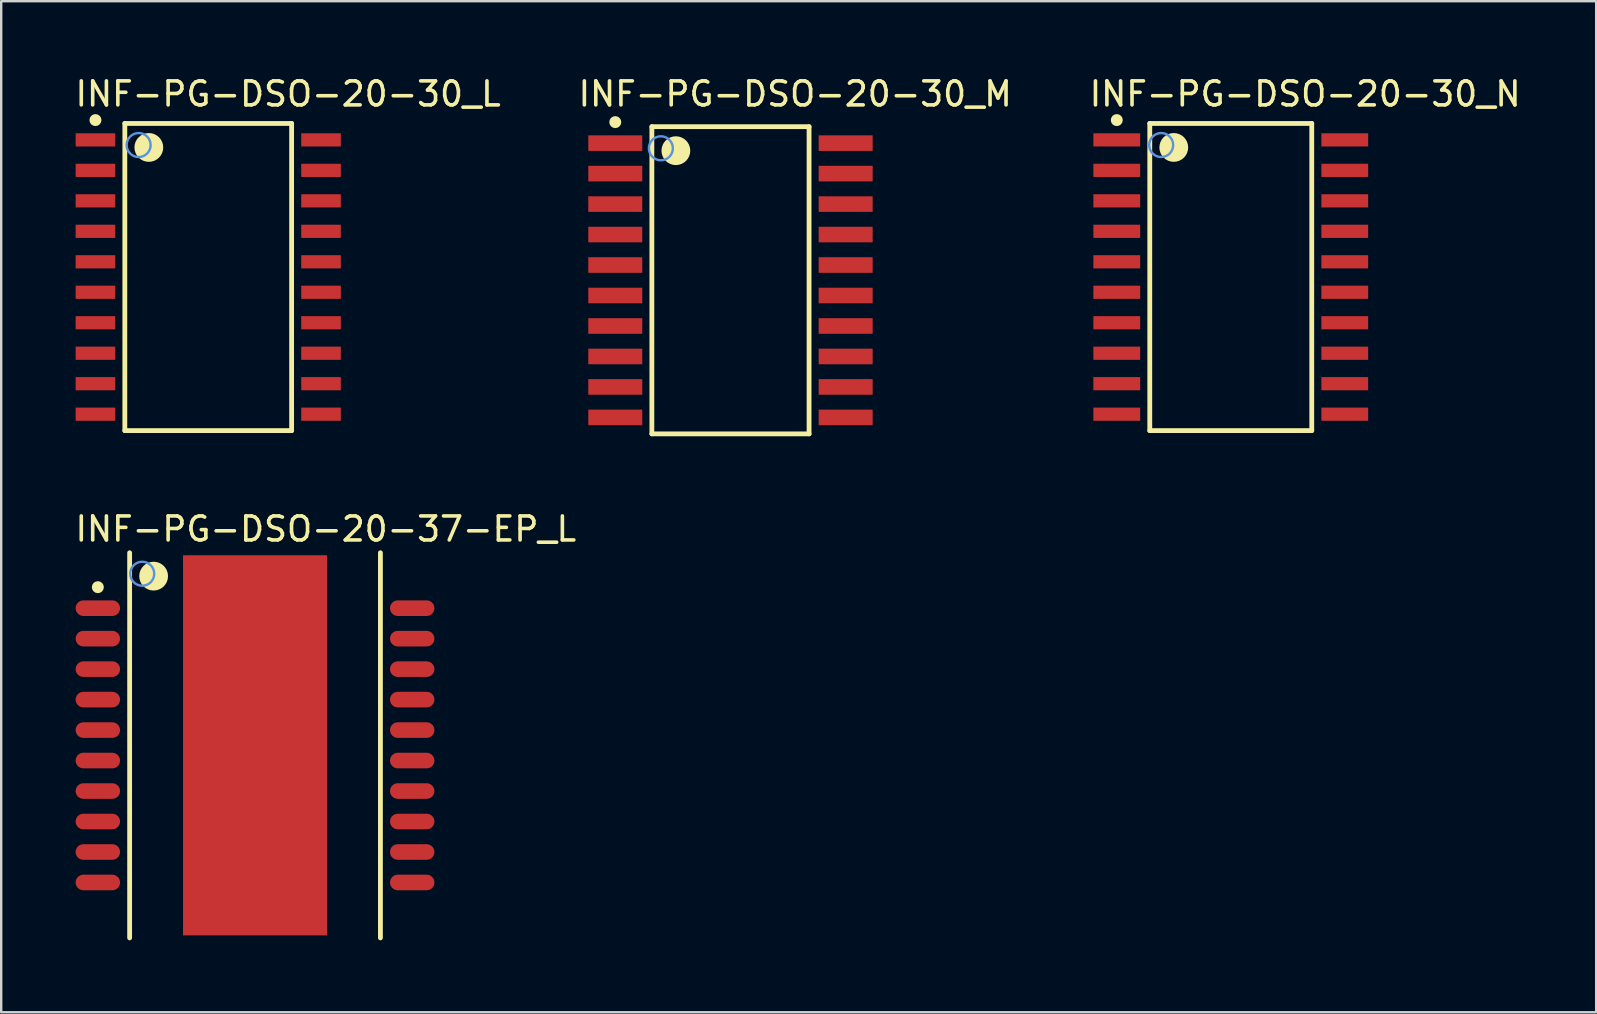
<source format=kicad_pcb>
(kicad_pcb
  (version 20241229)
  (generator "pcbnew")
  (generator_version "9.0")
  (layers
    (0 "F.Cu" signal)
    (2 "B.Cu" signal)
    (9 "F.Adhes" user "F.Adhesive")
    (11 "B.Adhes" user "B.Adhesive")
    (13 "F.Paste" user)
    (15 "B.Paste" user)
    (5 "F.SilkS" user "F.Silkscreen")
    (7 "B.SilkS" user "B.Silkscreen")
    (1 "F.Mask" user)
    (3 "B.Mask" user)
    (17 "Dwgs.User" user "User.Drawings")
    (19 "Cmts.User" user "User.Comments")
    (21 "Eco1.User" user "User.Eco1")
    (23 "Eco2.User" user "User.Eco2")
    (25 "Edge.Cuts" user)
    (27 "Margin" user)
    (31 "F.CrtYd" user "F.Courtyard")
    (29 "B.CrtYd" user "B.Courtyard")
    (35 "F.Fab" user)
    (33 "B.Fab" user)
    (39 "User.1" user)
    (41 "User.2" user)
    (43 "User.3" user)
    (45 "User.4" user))
  (footprint "INF-PG-DSO-20-37-EP_L"
    (layer "F.Cu")
    (at 7.577 28.008)
    (property "Reference" "INF-PG-DSO-20-37-EP_L" (at -7.577 -8.429 0) (layer "F.SilkS") (effects (font (size 1 1) (thickness 0.15)) (justify left bottom)))
    (attr through_hole)
    (fp_line (start -5.225 8.025) (end -5.225 -8.025) (stroke (width 0.2) (type solid)) (layer "F.SilkS"))
    (fp_line (start 5.225 8.025) (end 5.225 -8.025) (stroke (width 0.2) (type solid)) (layer "F.SilkS"))
    (fp_circle (center -6.55 -6.59) (end -6.425 -6.59) (stroke (width 0.25) (type solid)) (fill no) (layer "F.SilkS"))
    (fp_circle (center -4.225 -7.05) (end -3.925 -7.05) (stroke (width 0.6) (type solid)) (fill no) (layer "F.SilkS"))
    (fp_circle (center -4.7 -7.15) (end -4.2 -7.15) (stroke (width 0.1) (type solid)) (fill no) (layer "Cmts.User"))
    (pad "1" smd oval (at -6.55 -5.715 90) (size 0.65 1.85) (layers "F.Cu" "F.Mask" "F.Paste"))
    (pad "2" smd oval (at -6.55 -4.445 90) (size 0.65 1.85) (layers "F.Cu" "F.Mask" "F.Paste"))
    (pad "3" smd oval (at -6.55 -3.175 90) (size 0.65 1.85) (layers "F.Cu" "F.Mask" "F.Paste"))
    (pad "4" smd oval (at -6.55 -1.905 90) (size 0.65 1.85) (layers "F.Cu" "F.Mask" "F.Paste"))
    (pad "5" smd oval (at -6.55 -0.635 90) (size 0.65 1.85) (layers "F.Cu" "F.Mask" "F.Paste"))
    (pad "6" smd oval (at -6.55 0.635 90) (size 0.65 1.85) (layers "F.Cu" "F.Mask" "F.Paste"))
    (pad "7" smd oval (at -6.55 1.905 90) (size 0.65 1.85) (layers "F.Cu" "F.Mask" "F.Paste"))
    (pad "8" smd oval (at -6.55 3.175 90) (size 0.65 1.85) (layers "F.Cu" "F.Mask" "F.Paste"))
    (pad "9" smd oval (at -6.55 4.445 90) (size 0.65 1.85) (layers "F.Cu" "F.Mask" "F.Paste"))
    (pad "10" smd oval (at -6.55 5.715 90) (size 0.65 1.85) (layers "F.Cu" "F.Mask" "F.Paste"))
    (pad "11" smd oval (at 6.55 5.715 90) (size 0.65 1.85) (layers "F.Cu" "F.Mask" "F.Paste"))
    (pad "12" smd oval (at 6.55 4.445 90) (size 0.65 1.85) (layers "F.Cu" "F.Mask" "F.Paste"))
    (pad "13" smd oval (at 6.55 3.175 90) (size 0.65 1.85) (layers "F.Cu" "F.Mask" "F.Paste"))
    (pad "14" smd oval (at 6.55 1.905 90) (size 0.65 1.85) (layers "F.Cu" "F.Mask" "F.Paste"))
    (pad "15" smd oval (at 6.55 0.635 90) (size 0.65 1.85) (layers "F.Cu" "F.Mask" "F.Paste"))
    (pad "16" smd oval (at 6.55 -0.635 90) (size 0.65 1.85) (layers "F.Cu" "F.Mask" "F.Paste"))
    (pad "17" smd oval (at 6.55 -1.905 90) (size 0.65 1.85) (layers "F.Cu" "F.Mask" "F.Paste"))
    (pad "18" smd oval (at 6.55 -3.175 90) (size 0.65 1.85) (layers "F.Cu" "F.Mask" "F.Paste"))
    (pad "19" smd oval (at 6.55 -4.445 90) (size 0.65 1.85) (layers "F.Cu" "F.Mask" "F.Paste"))
    (pad "20" smd oval (at 6.55 -5.715 90) (size 0.65 1.85) (layers "F.Cu" "F.Mask" "F.Paste"))
    (pad "21" smd rect (at 0 0) (size 6 15.84) (layers "F.Cu" "F.Mask" "F.Paste")))
  (footprint "INF-PG-DSO-20-30_N"
    (layer "F.Cu")
    (at 48.237 8.494)
    (property "Reference" "INF-PG-DSO-20-30_N" (at -5.975 -7.044 0) (layer "F.SilkS") (effects (font (size 1 1) (thickness 0.15)) (justify left bottom)))
    (attr through_hole)
    (fp_line (start -3.375 -6.4) (end 3.375 -6.4) (stroke (width 0.2) (type solid)) (layer "F.SilkS"))
    (fp_line (start -3.375 6.4) (end -3.375 -6.4) (stroke (width 0.2) (type solid)) (layer "F.SilkS"))
    (fp_line (start -3.375 6.4) (end 3.375 6.4) (stroke (width 0.2) (type solid)) (layer "F.SilkS"))
    (fp_line (start 3.375 6.4) (end 3.375 -6.4) (stroke (width 0.2) (type solid)) (layer "F.SilkS"))
    (fp_circle (center -4.75 -6.54) (end -4.625 -6.54) (stroke (width 0.25) (type solid)) (fill no) (layer "F.SilkS"))
    (fp_circle (center -2.375 -5.4) (end -2.075 -5.4) (stroke (width 0.6) (type solid)) (fill no) (layer "F.SilkS"))
    (fp_circle (center -2.9 -5.5) (end -2.4 -5.5) (stroke (width 0.1) (type solid)) (fill no) (layer "Cmts.User"))
    (pad "1" smd rect (at -4.75 -5.715 90) (size 0.55 1.95) (layers "F.Cu" "F.Mask" "F.Paste"))
    (pad "2" smd rect (at -4.75 -4.445 90) (size 0.55 1.95) (layers "F.Cu" "F.Mask" "F.Paste"))
    (pad "3" smd rect (at -4.75 -3.175 90) (size 0.55 1.95) (layers "F.Cu" "F.Mask" "F.Paste"))
    (pad "4" smd rect (at -4.75 -1.905 90) (size 0.55 1.95) (layers "F.Cu" "F.Mask" "F.Paste"))
    (pad "5" smd rect (at -4.75 -0.635 90) (size 0.55 1.95) (layers "F.Cu" "F.Mask" "F.Paste"))
    (pad "6" smd rect (at -4.75 0.635 90) (size 0.55 1.95) (layers "F.Cu" "F.Mask" "F.Paste"))
    (pad "7" smd rect (at -4.75 1.905 90) (size 0.55 1.95) (layers "F.Cu" "F.Mask" "F.Paste"))
    (pad "8" smd rect (at -4.75 3.175 90) (size 0.55 1.95) (layers "F.Cu" "F.Mask" "F.Paste"))
    (pad "9" smd rect (at -4.75 4.445 90) (size 0.55 1.95) (layers "F.Cu" "F.Mask" "F.Paste"))
    (pad "10" smd rect (at -4.75 5.715 90) (size 0.55 1.95) (layers "F.Cu" "F.Mask" "F.Paste"))
    (pad "11" smd rect (at 4.75 5.715 90) (size 0.55 1.95) (layers "F.Cu" "F.Mask" "F.Paste"))
    (pad "12" smd rect (at 4.75 4.445 90) (size 0.55 1.95) (layers "F.Cu" "F.Mask" "F.Paste"))
    (pad "13" smd rect (at 4.75 3.175 90) (size 0.55 1.95) (layers "F.Cu" "F.Mask" "F.Paste"))
    (pad "14" smd rect (at 4.75 1.905 90) (size 0.55 1.95) (layers "F.Cu" "F.Mask" "F.Paste"))
    (pad "15" smd rect (at 4.75 0.635 90) (size 0.55 1.95) (layers "F.Cu" "F.Mask" "F.Paste"))
    (pad "16" smd rect (at 4.75 -0.635 90) (size 0.55 1.95) (layers "F.Cu" "F.Mask" "F.Paste"))
    (pad "17" smd rect (at 4.75 -1.905 90) (size 0.55 1.95) (layers "F.Cu" "F.Mask" "F.Paste"))
    (pad "18" smd rect (at 4.75 -3.175 90) (size 0.55 1.95) (layers "F.Cu" "F.Mask" "F.Paste"))
    (pad "19" smd rect (at 4.75 -4.445 90) (size 0.55 1.95) (layers "F.Cu" "F.Mask" "F.Paste"))
    (pad "20" smd rect (at 4.75 -5.715 90) (size 0.55 1.95) (layers "F.Cu" "F.Mask" "F.Paste")))
  (footprint "INF-PG-DSO-20-30_L"
    (layer "F.Cu")
    (at 5.627 8.494)
    (property "Reference" "INF-PG-DSO-20-30_L" (at -5.627 -7.044 0) (layer "F.SilkS") (effects (font (size 1 1) (thickness 0.15)) (justify left bottom)))
    (attr through_hole)
    (fp_line (start -3.475 -6.4) (end 3.475 -6.4) (stroke (width 0.2) (type solid)) (layer "F.SilkS"))
    (fp_line (start -3.475 6.4) (end -3.475 -6.4) (stroke (width 0.2) (type solid)) (layer "F.SilkS"))
    (fp_line (start -3.475 6.4) (end 3.475 6.4) (stroke (width 0.2) (type solid)) (layer "F.SilkS"))
    (fp_line (start 3.475 6.4) (end 3.475 -6.4) (stroke (width 0.2) (type solid)) (layer "F.SilkS"))
    (fp_circle (center -4.7 -6.54) (end -4.575 -6.54) (stroke (width 0.25) (type solid)) (fill no) (layer "F.SilkS"))
    (fp_circle (center -2.475 -5.4) (end -2.175 -5.4) (stroke (width 0.6) (type solid)) (fill no) (layer "F.SilkS"))
    (fp_circle (center -2.9 -5.5) (end -2.4 -5.5) (stroke (width 0.1) (type solid)) (fill no) (layer "Cmts.User"))
    (pad "1" smd rect (at -4.7 -5.715 90) (size 0.55 1.65) (layers "F.Cu" "F.Mask" "F.Paste"))
    (pad "2" smd rect (at -4.7 -4.445 90) (size 0.55 1.65) (layers "F.Cu" "F.Mask" "F.Paste"))
    (pad "3" smd rect (at -4.7 -3.175 90) (size 0.55 1.65) (layers "F.Cu" "F.Mask" "F.Paste"))
    (pad "4" smd rect (at -4.7 -1.905 90) (size 0.55 1.65) (layers "F.Cu" "F.Mask" "F.Paste"))
    (pad "5" smd rect (at -4.7 -0.635 90) (size 0.55 1.65) (layers "F.Cu" "F.Mask" "F.Paste"))
    (pad "6" smd rect (at -4.7 0.635 90) (size 0.55 1.65) (layers "F.Cu" "F.Mask" "F.Paste"))
    (pad "7" smd rect (at -4.7 1.905 90) (size 0.55 1.65) (layers "F.Cu" "F.Mask" "F.Paste"))
    (pad "8" smd rect (at -4.7 3.175 90) (size 0.55 1.65) (layers "F.Cu" "F.Mask" "F.Paste"))
    (pad "9" smd rect (at -4.7 4.445 90) (size 0.55 1.65) (layers "F.Cu" "F.Mask" "F.Paste"))
    (pad "10" smd rect (at -4.7 5.715 90) (size 0.55 1.65) (layers "F.Cu" "F.Mask" "F.Paste"))
    (pad "11" smd rect (at 4.7 5.715 90) (size 0.55 1.65) (layers "F.Cu" "F.Mask" "F.Paste"))
    (pad "12" smd rect (at 4.7 4.445 90) (size 0.55 1.65) (layers "F.Cu" "F.Mask" "F.Paste"))
    (pad "13" smd rect (at 4.7 3.175 90) (size 0.55 1.65) (layers "F.Cu" "F.Mask" "F.Paste"))
    (pad "14" smd rect (at 4.7 1.905 90) (size 0.55 1.65) (layers "F.Cu" "F.Mask" "F.Paste"))
    (pad "15" smd rect (at 4.7 0.635 90) (size 0.55 1.65) (layers "F.Cu" "F.Mask" "F.Paste"))
    (pad "16" smd rect (at 4.7 -0.635 90) (size 0.55 1.65) (layers "F.Cu" "F.Mask" "F.Paste"))
    (pad "17" smd rect (at 4.7 -1.905 90) (size 0.55 1.65) (layers "F.Cu" "F.Mask" "F.Paste"))
    (pad "18" smd rect (at 4.7 -3.175 90) (size 0.55 1.65) (layers "F.Cu" "F.Mask" "F.Paste"))
    (pad "19" smd rect (at 4.7 -4.445 90) (size 0.55 1.65) (layers "F.Cu" "F.Mask" "F.Paste"))
    (pad "20" smd rect (at 4.7 -5.715 90) (size 0.55 1.65) (layers "F.Cu" "F.Mask" "F.Paste")))
  (footprint "INF-PG-DSO-20-30_M"
    (layer "F.Cu")
    (at 27.389 8.629)
    (property "Reference" "INF-PG-DSO-20-30_M" (at -6.425 -7.179 0) (layer "F.SilkS") (effects (font (size 1 1) (thickness 0.15)) (justify left bottom)))
    (attr through_hole)
    (fp_line (start -3.275 -6.4) (end 3.275 -6.4) (stroke (width 0.2) (type solid)) (layer "F.SilkS"))
    (fp_line (start -3.275 6.4) (end -3.275 -6.4) (stroke (width 0.2) (type solid)) (layer "F.SilkS"))
    (fp_line (start -3.275 6.4) (end 3.275 6.4) (stroke (width 0.2) (type solid)) (layer "F.SilkS"))
    (fp_line (start 3.275 6.4) (end 3.275 -6.4) (stroke (width 0.2) (type solid)) (layer "F.SilkS"))
    (fp_circle (center -4.8 -6.59) (end -4.675 -6.59) (stroke (width 0.25) (type solid)) (fill no) (layer "F.SilkS"))
    (fp_circle (center -2.275 -5.4) (end -1.975 -5.4) (stroke (width 0.6) (type solid)) (fill no) (layer "F.SilkS"))
    (fp_circle (center -2.9 -5.5) (end -2.4 -5.5) (stroke (width 0.1) (type solid)) (fill no) (layer "Cmts.User"))
    (pad "1" smd rect (at -4.8 -5.715 90) (size 0.65 2.25) (layers "F.Cu" "F.Mask" "F.Paste"))
    (pad "2" smd rect (at -4.8 -4.445 90) (size 0.65 2.25) (layers "F.Cu" "F.Mask" "F.Paste"))
    (pad "3" smd rect (at -4.8 -3.175 90) (size 0.65 2.25) (layers "F.Cu" "F.Mask" "F.Paste"))
    (pad "4" smd rect (at -4.8 -1.905 90) (size 0.65 2.25) (layers "F.Cu" "F.Mask" "F.Paste"))
    (pad "5" smd rect (at -4.8 -0.635 90) (size 0.65 2.25) (layers "F.Cu" "F.Mask" "F.Paste"))
    (pad "6" smd rect (at -4.8 0.635 90) (size 0.65 2.25) (layers "F.Cu" "F.Mask" "F.Paste"))
    (pad "7" smd rect (at -4.8 1.905 90) (size 0.65 2.25) (layers "F.Cu" "F.Mask" "F.Paste"))
    (pad "8" smd rect (at -4.8 3.175 90) (size 0.65 2.25) (layers "F.Cu" "F.Mask" "F.Paste"))
    (pad "9" smd rect (at -4.8 4.445 90) (size 0.65 2.25) (layers "F.Cu" "F.Mask" "F.Paste"))
    (pad "10" smd rect (at -4.8 5.715 90) (size 0.65 2.25) (layers "F.Cu" "F.Mask" "F.Paste"))
    (pad "11" smd rect (at 4.8 5.715 90) (size 0.65 2.25) (layers "F.Cu" "F.Mask" "F.Paste"))
    (pad "12" smd rect (at 4.8 4.445 90) (size 0.65 2.25) (layers "F.Cu" "F.Mask" "F.Paste"))
    (pad "13" smd rect (at 4.8 3.175 90) (size 0.65 2.25) (layers "F.Cu" "F.Mask" "F.Paste"))
    (pad "14" smd rect (at 4.8 1.905 90) (size 0.65 2.25) (layers "F.Cu" "F.Mask" "F.Paste"))
    (pad "15" smd rect (at 4.8 0.635 90) (size 0.65 2.25) (layers "F.Cu" "F.Mask" "F.Paste"))
    (pad "16" smd rect (at 4.8 -0.635 90) (size 0.65 2.25) (layers "F.Cu" "F.Mask" "F.Paste"))
    (pad "17" smd rect (at 4.8 -1.905 90) (size 0.65 2.25) (layers "F.Cu" "F.Mask" "F.Paste"))
    (pad "18" smd rect (at 4.8 -3.175 90) (size 0.65 2.25) (layers "F.Cu" "F.Mask" "F.Paste"))
    (pad "19" smd rect (at 4.8 -4.445 90) (size 0.65 2.25) (layers "F.Cu" "F.Mask" "F.Paste"))
    (pad "20" smd rect (at 4.8 -5.715 90) (size 0.65 2.25) (layers "F.Cu" "F.Mask" "F.Paste")))
  (gr_rect
    (start -3 -3)
    (end 63.464 39.133)
    (stroke (width 0.1) (type default))
    (fill no)
    (layer "Edge.Cuts")))
</source>
